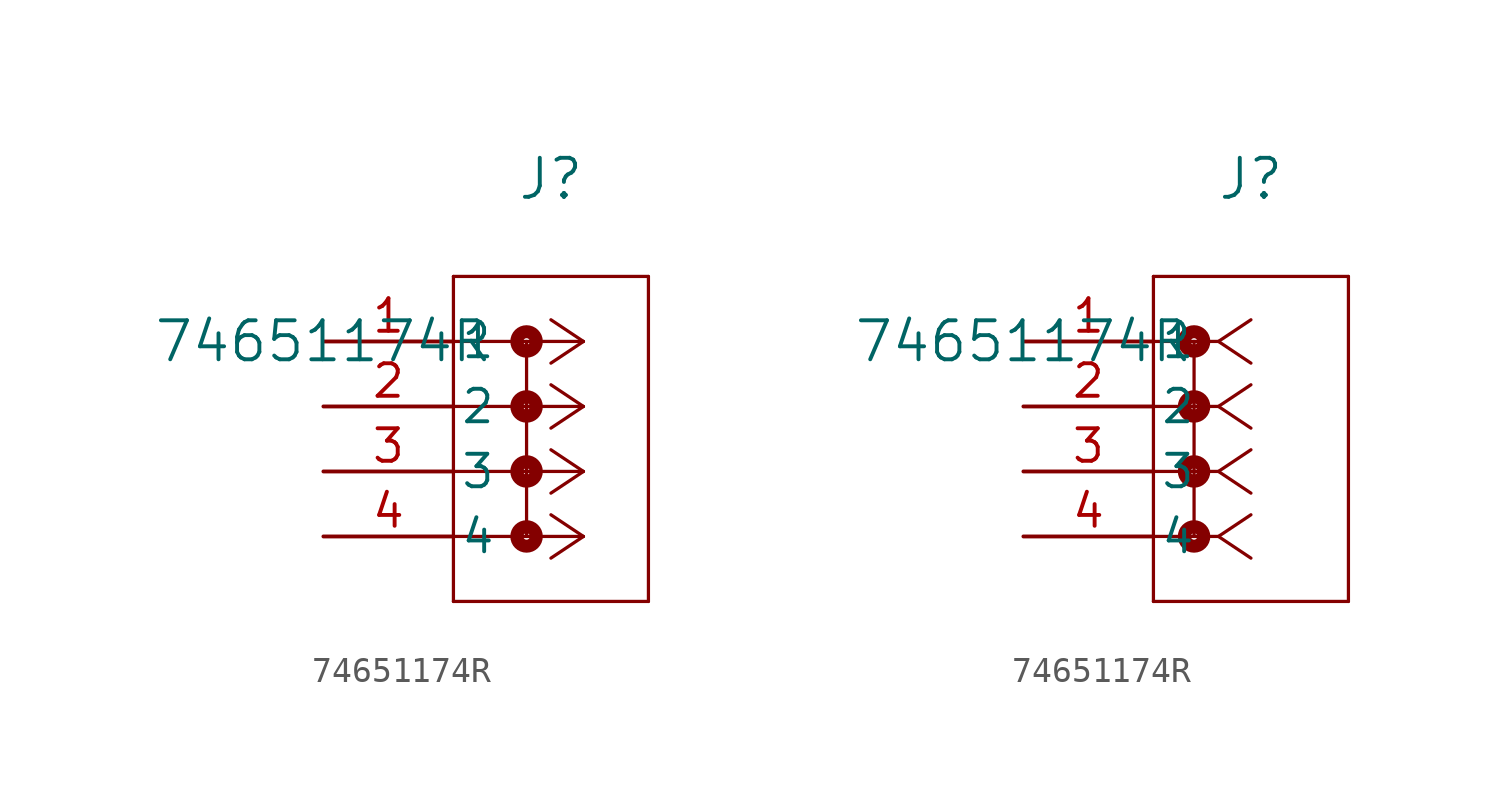
<source format=kicad_sym>
(kicad_symbol_lib
  (version 20211014)
  (generator kicad_symbol_editor)
  (symbol "74651174R"
    (pin_names
      (offset 0.254))
    (property "Reference" "J"
      (at 8.89 6.35 0)
      (effects (font (size 1.524 1.524))))
    (property "Value" "74651174R"
      (at 0 0 0)
      (effects (font (size 1.524 1.524))))
    (symbol "74651174R_1_1"
      (polyline (pts (xy 10.16 0) (xy 5.08 0)) (stroke (width 0.127) (type default) (color 0 0 0 0)) (fill (type none)))
      (polyline (pts (xy 10.16 -2.54) (xy 5.08 -2.54)) (stroke (width 0.127) (type default) (color 0 0 0 0)) (fill (type none)))
      (polyline (pts (xy 10.16 -5.08) (xy 5.08 -5.08)) (stroke (width 0.127) (type default) (color 0 0 0 0)) (fill (type none)))
      (polyline (pts (xy 10.16 -7.62) (xy 5.08 -7.62)) (stroke (width 0.127) (type default) (color 0 0 0 0)) (fill (type none)))
      (polyline (pts (xy 10.16 0) (xy 8.89 0.847)) (stroke (width 0.127) (type default) (color 0 0 0 0)) (fill (type none)))
      (polyline (pts (xy 10.16 -2.54) (xy 8.89 -1.693)) (stroke (width 0.127) (type default) (color 0 0 0 0)) (fill (type none)))
      (polyline (pts (xy 10.16 -5.08) (xy 8.89 -4.233)) (stroke (width 0.127) (type default) (color 0 0 0 0)) (fill (type none)))
      (polyline (pts (xy 10.16 -7.62) (xy 8.89 -6.773)) (stroke (width 0.127) (type default) (color 0 0 0 0)) (fill (type none)))
      (polyline (pts (xy 10.16 0) (xy 8.89 -0.847)) (stroke (width 0.127) (type default) (color 0 0 0 0)) (fill (type none)))
      (polyline (pts (xy 10.16 -2.54) (xy 8.89 -3.387)) (stroke (width 0.127) (type default) (color 0 0 0 0)) (fill (type none)))
      (polyline (pts (xy 10.16 -5.08) (xy 8.89 -5.927)) (stroke (width 0.127) (type default) (color 0 0 0 0)) (fill (type none)))
      (polyline (pts (xy 10.16 -7.62) (xy 8.89 -8.467)) (stroke (width 0.127) (type default) (color 0 0 0 0)) (fill (type none)))
      (polyline (pts (xy 5.08 2.54) (xy 5.08 -10.16)) (stroke (width 0.127) (type default) (color 0 0 0 0)) (fill (type none)))
      (polyline (pts (xy 5.08 -10.16) (xy 12.7 -10.16)) (stroke (width 0.127) (type default) (color 0 0 0 0)) (fill (type none)))
      (polyline (pts (xy 12.7 -10.16) (xy 12.7 2.54)) (stroke (width 0.127) (type default) (color 0 0 0 0)) (fill (type none)))
      (polyline (pts (xy 12.7 2.54) (xy 5.08 2.54)) (stroke (width 0.127) (type default) (color 0 0 0 0)) (fill (type none)))
      (circle (center 7.938 0) (radius 0.127) (stroke (width 0.508) (type default) (color 0 0 0 0)) (fill (type none)))
      (polyline (pts (xy 7.938 0) (xy 7.938 -2.54)) (stroke (width 0.127) (type default) (color 0 0 0 0)) (fill (type none)))
      (circle (center 7.938 -2.54) (radius 0.127) (stroke (width 0.508) (type default) (color 0 0 0 0)) (fill (type none)))
      (circle (center 7.938 -5.08) (radius 0.127) (stroke (width 0.508) (type default) (color 0 0 0 0)) (fill (type none)))
      (polyline (pts (xy 7.938 -5.08) (xy 7.938 -7.62)) (stroke (width 0.127) (type default) (color 0 0 0 0)) (fill (type none)))
      (circle (center 7.938 -7.62) (radius 0.127) (stroke (width 0.508) (type default) (color 0 0 0 0)) (fill (type none)))
      (polyline (pts (xy 7.938 -2.54) (xy 7.938 -5.08)) (stroke (width 0.127) (type default) (color 0 0 0 0)) (fill (type none)))
      (pin unspecified line (at 0 0 0) (length 5.08) (name "1" (effects (font (size 1.27 1.27)))) (number "1" (effects (font (size 1.27 1.27)))))
      (pin unspecified line (at 0 -2.54 0) (length 5.08) (name "2" (effects (font (size 1.27 1.27)))) (number "2" (effects (font (size 1.27 1.27)))))
      (pin unspecified line (at 0 -5.08 0) (length 5.08) (name "3" (effects (font (size 1.27 1.27)))) (number "3" (effects (font (size 1.27 1.27)))))
      (pin unspecified line (at 0 -7.62 0) (length 5.08) (name "4" (effects (font (size 1.27 1.27)))) (number "4" (effects (font (size 1.27 1.27))))))
    (symbol "74651174R_1_2"
      (polyline (pts (xy 7.62 0) (xy 5.08 0)) (stroke (width 0.127) (type default) (color 0 0 0 0)) (fill (type none)))
      (polyline (pts (xy 7.62 -2.54) (xy 5.08 -2.54)) (stroke (width 0.127) (type default) (color 0 0 0 0)) (fill (type none)))
      (polyline (pts (xy 7.62 -5.08) (xy 5.08 -5.08)) (stroke (width 0.127) (type default) (color 0 0 0 0)) (fill (type none)))
      (polyline (pts (xy 7.62 -7.62) (xy 5.08 -7.62)) (stroke (width 0.127) (type default) (color 0 0 0 0)) (fill (type none)))
      (polyline (pts (xy 7.62 0) (xy 8.89 0.847)) (stroke (width 0.127) (type default) (color 0 0 0 0)) (fill (type none)))
      (polyline (pts (xy 7.62 -2.54) (xy 8.89 -1.693)) (stroke (width 0.127) (type default) (color 0 0 0 0)) (fill (type none)))
      (polyline (pts (xy 7.62 -5.08) (xy 8.89 -4.233)) (stroke (width 0.127) (type default) (color 0 0 0 0)) (fill (type none)))
      (polyline (pts (xy 7.62 -7.62) (xy 8.89 -6.773)) (stroke (width 0.127) (type default) (color 0 0 0 0)) (fill (type none)))
      (polyline (pts (xy 7.62 0) (xy 8.89 -0.847)) (stroke (width 0.127) (type default) (color 0 0 0 0)) (fill (type none)))
      (polyline (pts (xy 7.62 -2.54) (xy 8.89 -3.387)) (stroke (width 0.127) (type default) (color 0 0 0 0)) (fill (type none)))
      (polyline (pts (xy 7.62 -5.08) (xy 8.89 -5.927)) (stroke (width 0.127) (type default) (color 0 0 0 0)) (fill (type none)))
      (polyline (pts (xy 7.62 -7.62) (xy 8.89 -8.467)) (stroke (width 0.127) (type default) (color 0 0 0 0)) (fill (type none)))
      (polyline (pts (xy 5.08 2.54) (xy 5.08 -10.16)) (stroke (width 0.127) (type default) (color 0 0 0 0)) (fill (type none)))
      (polyline (pts (xy 5.08 -10.16) (xy 12.7 -10.16)) (stroke (width 0.127) (type default) (color 0 0 0 0)) (fill (type none)))
      (polyline (pts (xy 12.7 -10.16) (xy 12.7 2.54)) (stroke (width 0.127) (type default) (color 0 0 0 0)) (fill (type none)))
      (polyline (pts (xy 12.7 2.54) (xy 5.08 2.54)) (stroke (width 0.127) (type default) (color 0 0 0 0)) (fill (type none)))
      (circle (center 6.668 0) (radius 0.127) (stroke (width 0.508) (type default) (color 0 0 0 0)) (fill (type none)))
      (polyline (pts (xy 6.668 0) (xy 6.668 -2.54)) (stroke (width 0.127) (type default) (color 0 0 0 0)) (fill (type none)))
      (circle (center 6.668 -2.54) (radius 0.127) (stroke (width 0.508) (type default) (color 0 0 0 0)) (fill (type none)))
      (circle (center 6.668 -5.08) (radius 0.127) (stroke (width 0.508) (type default) (color 0 0 0 0)) (fill (type none)))
      (polyline (pts (xy 6.668 -5.08) (xy 6.668 -7.62)) (stroke (width 0.127) (type default) (color 0 0 0 0)) (fill (type none)))
      (circle (center 6.668 -7.62) (radius 0.127) (stroke (width 0.508) (type default) (color 0 0 0 0)) (fill (type none)))
      (polyline (pts (xy 6.668 -2.54) (xy 6.668 -5.08)) (stroke (width 0.127) (type default) (color 0 0 0 0)) (fill (type none)))
      (pin unspecified line (at 0 0 0) (length 5.08) (name "1" (effects (font (size 1.27 1.27)))) (number "1" (effects (font (size 1.27 1.27)))))
      (pin unspecified line (at 0 -2.54 0) (length 5.08) (name "2" (effects (font (size 1.27 1.27)))) (number "2" (effects (font (size 1.27 1.27)))))
      (pin unspecified line (at 0 -5.08 0) (length 5.08) (name "3" (effects (font (size 1.27 1.27)))) (number "3" (effects (font (size 1.27 1.27)))))
      (pin unspecified line (at 0 -7.62 0) (length 5.08) (name "4" (effects (font (size 1.27 1.27)))) (number "4" (effects (font (size 1.27 1.27))))))))
</source>
